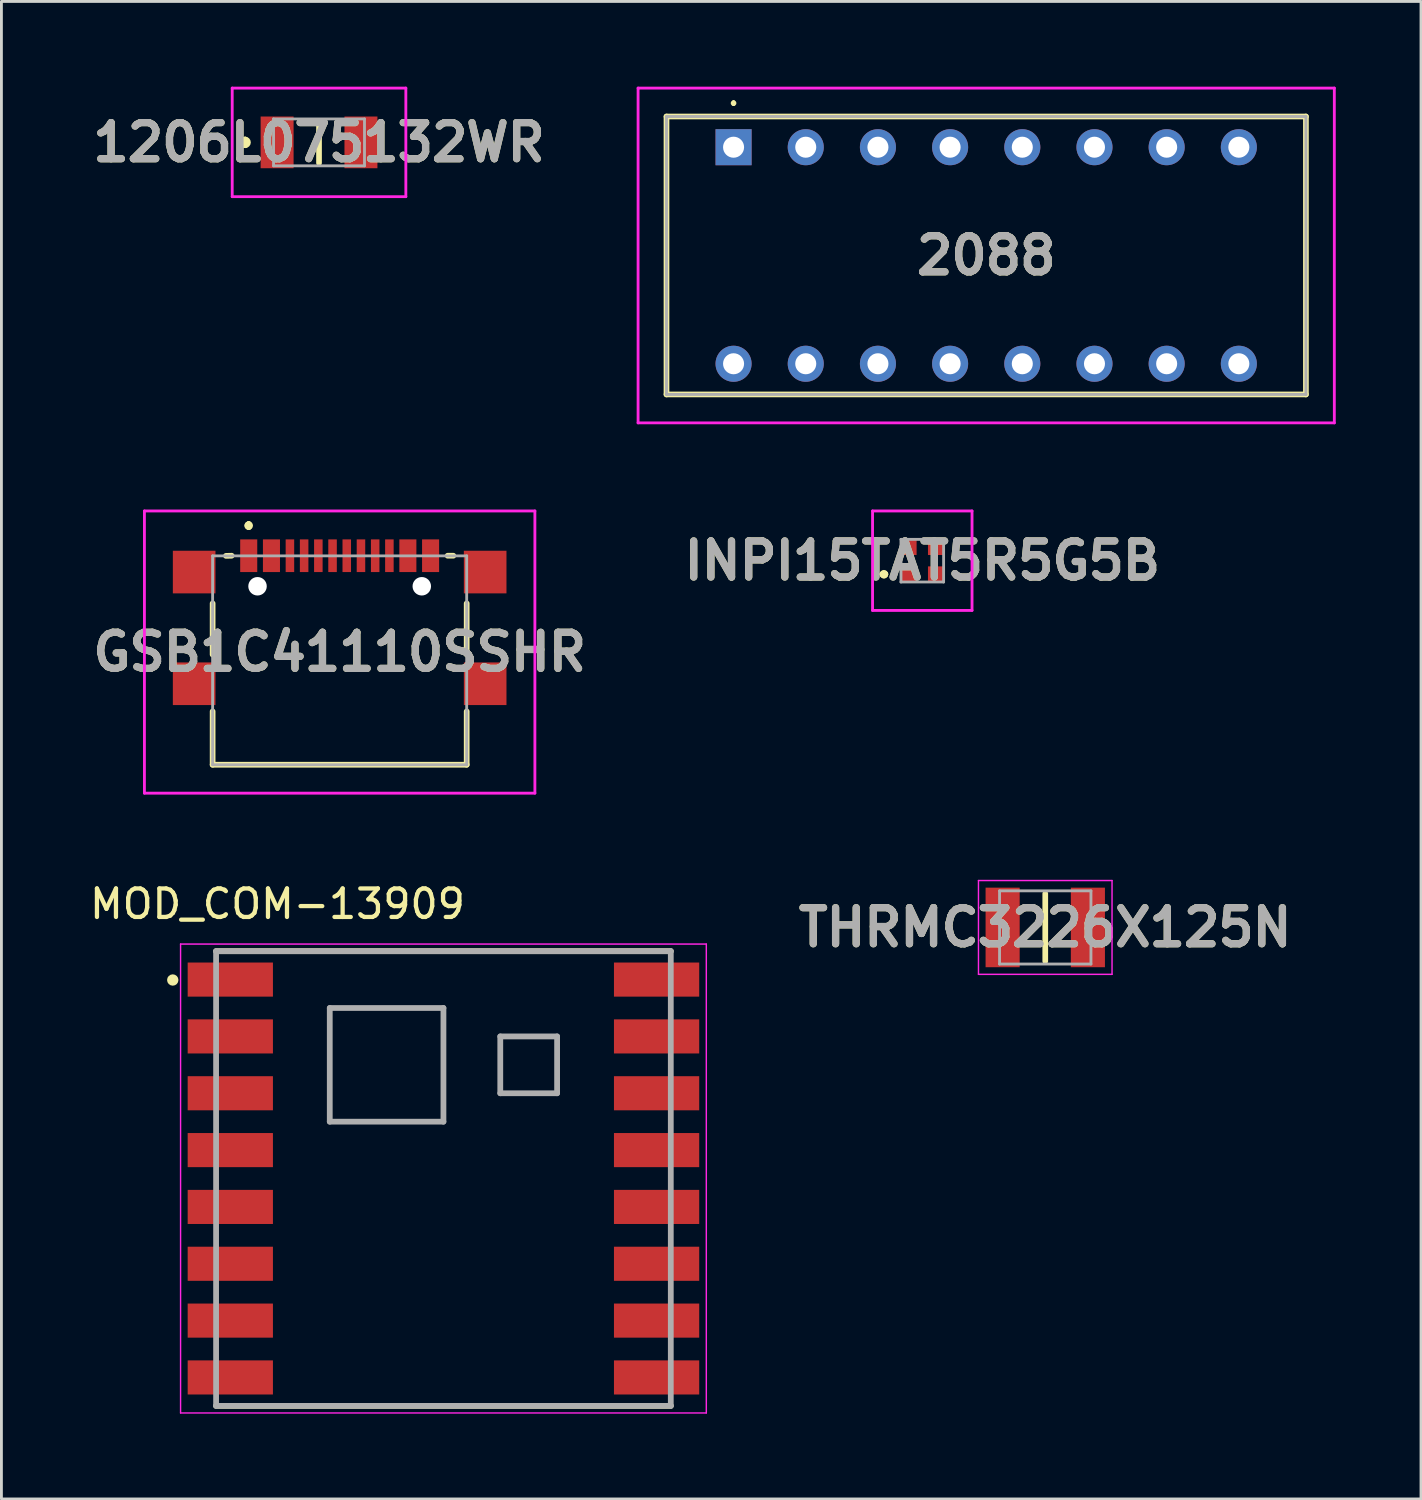
<source format=kicad_pcb>
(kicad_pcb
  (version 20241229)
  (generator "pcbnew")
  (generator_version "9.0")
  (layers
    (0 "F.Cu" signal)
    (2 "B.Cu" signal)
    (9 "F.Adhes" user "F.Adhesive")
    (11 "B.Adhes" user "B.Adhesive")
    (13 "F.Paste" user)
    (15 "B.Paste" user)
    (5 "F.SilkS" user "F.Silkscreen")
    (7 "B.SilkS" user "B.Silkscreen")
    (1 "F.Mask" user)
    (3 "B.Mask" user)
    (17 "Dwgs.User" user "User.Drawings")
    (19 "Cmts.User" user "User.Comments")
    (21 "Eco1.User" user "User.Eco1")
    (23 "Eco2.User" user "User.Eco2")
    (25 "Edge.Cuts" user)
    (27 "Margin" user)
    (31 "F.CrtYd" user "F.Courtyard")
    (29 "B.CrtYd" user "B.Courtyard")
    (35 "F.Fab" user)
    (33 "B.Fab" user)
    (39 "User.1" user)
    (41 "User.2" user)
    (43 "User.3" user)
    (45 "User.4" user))
  (footprint "THRMC3226X125N"
    (layer "F.Cu")
    (at 33.731 29.585)
    (property "Reference" "THRMC3226X125N" (at 0 0 0) (layer "F.SilkS") (effects (font (size 1.27 1.27) (thickness 0.254))))
    (attr smd)
    (fp_line (start 0 -1.188) (end 0 1.188) (stroke (width 0.2) (type solid)) (layer "F.SilkS"))
    (fp_line (start -2.35 -1.65) (end 2.35 -1.65) (stroke (width 0.05) (type solid)) (layer "F.CrtYd"))
    (fp_line (start -2.35 1.65) (end -2.35 -1.65) (stroke (width 0.05) (type solid)) (layer "F.CrtYd"))
    (fp_line (start 2.35 -1.65) (end 2.35 1.65) (stroke (width 0.05) (type solid)) (layer "F.CrtYd"))
    (fp_line (start 2.35 1.65) (end -2.35 1.65) (stroke (width 0.05) (type solid)) (layer "F.CrtYd"))
    (fp_line (start -1.608 -1.288) (end 1.608 -1.288) (stroke (width 0.1) (type solid)) (layer "F.Fab"))
    (fp_line (start -1.608 1.288) (end -1.608 -1.288) (stroke (width 0.1) (type solid)) (layer "F.Fab"))
    (fp_line (start 1.608 -1.288) (end 1.608 1.288) (stroke (width 0.1) (type solid)) (layer "F.Fab"))
    (fp_line (start 1.608 1.288) (end -1.608 1.288) (stroke (width 0.1) (type solid)) (layer "F.Fab"))
    (fp_text user "${REFERENCE}" (at 0 0 0) (layer "F.Fab") (effects (font (size 1.27 1.27) (thickness 0.254))))
    (pad "1" smd rect (at -1.5 0) (size 1.2 2.8) (layers "F.Cu" "F.Mask" "F.Paste"))
    (pad "2" smd rect (at 1.5 0) (size 1.2 2.8) (layers "F.Cu" "F.Mask" "F.Paste")))
  (footprint "MOD_COM-13909"
    (layer "F.Cu")
    (at 12.554 38.42)
    (property "Reference" "MOD_COM-13909" (at -5.84 -9.66 0) (layer "F.SilkS") (effects (font (size 1.003 1.003) (thickness 0.15))))
    (attr smd)
    (fp_line (start -8 -8) (end 8 -8) (stroke (width 0.203) (type solid)) (layer "F.SilkS"))
    (fp_line (start 8 8) (end -8 8) (stroke (width 0.203) (type solid)) (layer "F.SilkS"))
    (fp_circle (center -9.525 -6.985) (end -9.425 -6.985) (stroke (width 0.2) (type solid)) (fill no) (layer "F.SilkS"))
    (fp_line (start -9.25 -8.25) (end -9.25 8.25) (stroke (width 0.05) (type solid)) (layer "F.CrtYd"))
    (fp_line (start -9.25 8.25) (end 9.25 8.25) (stroke (width 0.05) (type solid)) (layer "F.CrtYd"))
    (fp_line (start 9.25 -8.25) (end -9.25 -8.25) (stroke (width 0.05) (type solid)) (layer "F.CrtYd"))
    (fp_line (start 9.25 8.25) (end 9.25 -8.25) (stroke (width 0.05) (type solid)) (layer "F.CrtYd"))
    (fp_line (start -8 -8) (end 8 -8) (stroke (width 0.203) (type solid)) (layer "F.Fab"))
    (fp_line (start -8 8) (end -8 -8) (stroke (width 0.203) (type solid)) (layer "F.Fab"))
    (fp_line (start -4 -6) (end -4 -2) (stroke (width 0.203) (type solid)) (layer "F.Fab"))
    (fp_line (start -4 -2) (end 0 -2) (stroke (width 0.203) (type solid)) (layer "F.Fab"))
    (fp_line (start 0 -6) (end -4 -6) (stroke (width 0.203) (type solid)) (layer "F.Fab"))
    (fp_line (start 0 -2) (end 0 -6) (stroke (width 0.203) (type solid)) (layer "F.Fab"))
    (fp_line (start 2 -3) (end 2 -5) (stroke (width 0.203) (type solid)) (layer "F.Fab"))
    (fp_line (start 4 -5) (end 2 -5) (stroke (width 0.203) (type solid)) (layer "F.Fab"))
    (fp_line (start 4 -3) (end 2 -3) (stroke (width 0.203) (type solid)) (layer "F.Fab"))
    (fp_line (start 4 -3) (end 4 -5) (stroke (width 0.203) (type solid)) (layer "F.Fab"))
    (fp_line (start 8 -8) (end 8 8) (stroke (width 0.203) (type solid)) (layer "F.Fab"))
    (fp_line (start 8 8) (end -8 8) (stroke (width 0.203) (type solid)) (layer "F.Fab"))
    (pad "1" smd rect (at -7.5 -7) (size 3 1.2) (layers "F.Cu" "F.Mask" "F.Paste"))
    (pad "2" smd rect (at -7.5 -5) (size 3 1.2) (layers "F.Cu" "F.Mask" "F.Paste"))
    (pad "3" smd rect (at -7.5 -3) (size 3 1.2) (layers "F.Cu" "F.Mask" "F.Paste"))
    (pad "4" smd rect (at -7.5 -1) (size 3 1.2) (layers "F.Cu" "F.Mask" "F.Paste"))
    (pad "5" smd rect (at -7.5 1) (size 3 1.2) (layers "F.Cu" "F.Mask" "F.Paste"))
    (pad "6" smd rect (at -7.5 3) (size 3 1.2) (layers "F.Cu" "F.Mask" "F.Paste"))
    (pad "7" smd rect (at -7.5 5) (size 3 1.2) (layers "F.Cu" "F.Mask" "F.Paste"))
    (pad "8" smd rect (at -7.5 7) (size 3 1.2) (layers "F.Cu" "F.Mask" "F.Paste"))
    (pad "9" smd rect (at 7.5 7) (size 3 1.2) (layers "F.Cu" "F.Mask" "F.Paste"))
    (pad "10" smd rect (at 7.5 5) (size 3 1.2) (layers "F.Cu" "F.Mask" "F.Paste"))
    (pad "11" smd rect (at 7.5 3) (size 3 1.2) (layers "F.Cu" "F.Mask" "F.Paste"))
    (pad "12" smd rect (at 7.5 1) (size 3 1.2) (layers "F.Cu" "F.Mask" "F.Paste"))
    (pad "13" smd rect (at 7.5 -1) (size 3 1.2) (layers "F.Cu" "F.Mask" "F.Paste"))
    (pad "14" smd rect (at 7.5 -3) (size 3 1.2) (layers "F.Cu" "F.Mask" "F.Paste"))
    (pad "15" smd rect (at 7.5 -5) (size 3 1.2) (layers "F.Cu" "F.Mask" "F.Paste"))
    (pad "16" smd rect (at 7.5 -7) (size 3 1.2) (layers "F.Cu" "F.Mask" "F.Paste")))
  (footprint "INPI15TAT5R5G5B"
    (layer "F.Cu")
    (at 29.404 16.68)
    (property "Reference" "INPI15TAT5R5G5B" (at 0 0 0) (layer "F.SilkS") (effects (font (size 1.27 1.27) (thickness 0.254))))
    (attr smd)
    (fp_line (start -1.4 0.475) (end -1.4 0.475) (stroke (width 0.2) (type solid)) (layer "F.SilkS"))
    (fp_line (start -1.4 0.475) (end -1.4 0.475) (stroke (width 0.2) (type solid)) (layer "F.SilkS"))
    (fp_line (start -1.3 0.475) (end -1.3 0.475) (stroke (width 0.2) (type solid)) (layer "F.SilkS"))
    (fp_arc (start -1.4 0.475) (mid -1.35 0.425) (end -1.3 0.475) (stroke (width 0.2) (type solid)) (layer "F.SilkS"))
    (fp_arc (start -1.3 0.475) (mid -1.35 0.525) (end -1.4 0.475) (stroke (width 0.2) (type solid)) (layer "F.SilkS"))
    (fp_arc (start -1.3 0.475) (mid -1.35 0.525) (end -1.4 0.475) (stroke (width 0.2) (type solid)) (layer "F.SilkS"))
    (fp_line (start -1.75 -1.75) (end 1.75 -1.75) (stroke (width 0.1) (type solid)) (layer "F.CrtYd"))
    (fp_line (start -1.75 1.75) (end -1.75 -1.75) (stroke (width 0.1) (type solid)) (layer "F.CrtYd"))
    (fp_line (start 1.75 -1.75) (end 1.75 1.75) (stroke (width 0.1) (type solid)) (layer "F.CrtYd"))
    (fp_line (start 1.75 1.75) (end -1.75 1.75) (stroke (width 0.1) (type solid)) (layer "F.CrtYd"))
    (fp_line (start -0.75 -0.75) (end -0.75 0.75) (stroke (width 0.1) (type solid)) (layer "F.Fab"))
    (fp_line (start -0.75 0.75) (end 0.75 0.75) (stroke (width 0.1) (type solid)) (layer "F.Fab"))
    (fp_line (start 0.75 -0.75) (end -0.75 -0.75) (stroke (width 0.1) (type solid)) (layer "F.Fab"))
    (fp_line (start 0.75 0.75) (end 0.75 -0.75) (stroke (width 0.1) (type solid)) (layer "F.Fab"))
    (fp_text user "${REFERENCE}" (at 0 0 0) (layer "F.Fab") (effects (font (size 1.27 1.27) (thickness 0.254))))
    (pad "1" smd rect (at -0.475 0.475 90) (size 0.55 0.55) (layers "F.Cu" "F.Mask" "F.Paste"))
    (pad "2" smd rect (at 0.475 0.475 90) (size 0.55 0.55) (layers "F.Cu" "F.Mask" "F.Paste"))
    (pad "3" smd rect (at 0.475 -0.475 90) (size 0.55 0.55) (layers "F.Cu" "F.Mask" "F.Paste"))
    (pad "4" smd rect (at -0.475 -0.475 90) (size 0.55 0.55) (layers "F.Cu" "F.Mask" "F.Paste")))
  (footprint "1206L075132WR"
    (layer "F.Cu")
    (at 8.176 1.96)
    (property "Reference" "1206L075132WR" (at 0 0 0) (layer "F.SilkS") (effects (font (size 1.27 1.27) (thickness 0.254))))
    (attr smd)
    (fp_line (start -2.6 -0.1) (end -2.6 -0.1) (stroke (width 0.2) (type solid)) (layer "F.SilkS"))
    (fp_line (start -2.6 0.1) (end -2.6 0.1) (stroke (width 0.2) (type solid)) (layer "F.SilkS"))
    (fp_line (start 0 -0.725) (end 0 0.725) (stroke (width 0.2) (type solid)) (layer "F.SilkS"))
    (fp_arc (start -2.6 -0.1) (mid -2.5 0) (end -2.6 0.1) (stroke (width 0.2) (type solid)) (layer "F.SilkS"))
    (fp_arc (start -2.6 0.1) (mid -2.7 0) (end -2.6 -0.1) (stroke (width 0.2) (type solid)) (layer "F.SilkS"))
    (fp_line (start -3.055 -1.91) (end 3.055 -1.91) (stroke (width 0.1) (type solid)) (layer "F.CrtYd"))
    (fp_line (start -3.055 1.91) (end -3.055 -1.91) (stroke (width 0.1) (type solid)) (layer "F.CrtYd"))
    (fp_line (start 3.055 -1.91) (end 3.055 1.91) (stroke (width 0.1) (type solid)) (layer "F.CrtYd"))
    (fp_line (start 3.055 1.91) (end -3.055 1.91) (stroke (width 0.1) (type solid)) (layer "F.CrtYd"))
    (fp_line (start -1.6 -0.825) (end 1.6 -0.825) (stroke (width 0.1) (type solid)) (layer "F.Fab"))
    (fp_line (start -1.6 0.825) (end -1.6 -0.825) (stroke (width 0.1) (type solid)) (layer "F.Fab"))
    (fp_line (start 1.6 -0.825) (end 1.6 0.825) (stroke (width 0.1) (type solid)) (layer "F.Fab"))
    (fp_line (start 1.6 0.825) (end -1.6 0.825) (stroke (width 0.1) (type solid)) (layer "F.Fab"))
    (fp_text user "${REFERENCE}" (at 0 0 0) (layer "F.Fab") (effects (font (size 1.27 1.27) (thickness 0.254))))
    (pad "1" smd rect (at -1.475 0) (size 1.16 1.82) (layers "F.Cu" "F.Mask" "F.Paste"))
    (pad "2" smd rect (at 1.475 0) (size 1.16 1.82) (layers "F.Cu" "F.Mask" "F.Paste")))
  (footprint "GSB1C41110SSHR"
    (layer "F.Cu")
    (at 8.902 19.895)
    (property "Reference" "GSB1C41110SSHR" (at 0 0 0) (layer "F.SilkS") (effects (font (size 1.27 1.27) (thickness 0.254))))
    (attr through_hole)
    (fp_line (start -4.47 -1.712) (end -4.47 0.088) (stroke (width 0.2) (type solid)) (layer "F.SilkS"))
    (fp_line (start -4.47 2.088) (end -4.47 3.965) (stroke (width 0.2) (type solid)) (layer "F.SilkS"))
    (fp_line (start -4.47 3.965) (end 4.47 3.965) (stroke (width 0.2) (type solid)) (layer "F.SilkS"))
    (fp_line (start -4 -3.385) (end -3.8 -3.39) (stroke (width 0.2) (type solid)) (layer "F.SilkS"))
    (fp_line (start -3.2 -4.5) (end -3.2 -4.5) (stroke (width 0.2) (type solid)) (layer "F.SilkS"))
    (fp_line (start -3.2 -4.5) (end -3.2 -4.5) (stroke (width 0.2) (type solid)) (layer "F.SilkS"))
    (fp_line (start -3.2 -4.4) (end -3.2 -4.4) (stroke (width 0.2) (type solid)) (layer "F.SilkS"))
    (fp_line (start 3.8 -3.39) (end 4 -3.39) (stroke (width 0.2) (type solid)) (layer "F.SilkS"))
    (fp_line (start 4.47 0.088) (end 4.47 -1.712) (stroke (width 0.2) (type solid)) (layer "F.SilkS"))
    (fp_line (start 4.47 3.965) (end 4.47 2.088) (stroke (width 0.2) (type solid)) (layer "F.SilkS"))
    (fp_arc (start -3.2 -4.5) (mid -3.15 -4.45) (end -3.2 -4.4) (stroke (width 0.2) (type solid)) (layer "F.SilkS"))
    (fp_arc (start -3.2 -4.4) (mid -3.25 -4.45) (end -3.2 -4.5) (stroke (width 0.2) (type solid)) (layer "F.SilkS"))
    (fp_arc (start -3.2 -4.4) (mid -3.25 -4.45) (end -3.2 -4.5) (stroke (width 0.2) (type solid)) (layer "F.SilkS"))
    (fp_line (start -6.87 -4.965) (end 6.87 -4.965) (stroke (width 0.1) (type solid)) (layer "F.CrtYd"))
    (fp_line (start -6.87 4.965) (end -6.87 -4.965) (stroke (width 0.1) (type solid)) (layer "F.CrtYd"))
    (fp_line (start 6.87 -4.965) (end 6.87 4.965) (stroke (width 0.1) (type solid)) (layer "F.CrtYd"))
    (fp_line (start 6.87 4.965) (end -6.87 4.965) (stroke (width 0.1) (type solid)) (layer "F.CrtYd"))
    (fp_line (start -4.47 -3.385) (end -4.47 3.965) (stroke (width 0.1) (type solid)) (layer "F.Fab"))
    (fp_line (start -4.47 3.965) (end 4.47 3.965) (stroke (width 0.1) (type solid)) (layer "F.Fab"))
    (fp_line (start 4.47 -3.385) (end -4.47 -3.385) (stroke (width 0.1) (type solid)) (layer "F.Fab"))
    (fp_line (start 4.47 3.965) (end 4.47 -3.385) (stroke (width 0.1) (type solid)) (layer "F.Fab"))
    (fp_text user "${REFERENCE}" (at 0 0 0) (layer "F.Fab") (effects (font (size 1.27 1.27) (thickness 0.254))))
    (pad "" np_thru_hole circle (at -2.89 -2.315) (size 0.65 0.65) (drill 0.65) (layers "*.Cu" "*.Mask"))
    (pad "" np_thru_hole circle (at 2.89 -2.315) (size 0.65 0.65) (drill 0.65) (layers "*.Cu" "*.Mask"))
    (pad "A1" smd rect (at -3.2 -3.39) (size 0.6 1.15) (layers "F.Cu" "F.Mask" "F.Paste"))
    (pad "A4" smd rect (at -2.4 -3.39) (size 0.6 1.15) (layers "F.Cu" "F.Mask" "F.Paste"))
    (pad "A5" smd rect (at -1.25 -3.39) (size 0.3 1.15) (layers "F.Cu" "F.Mask" "F.Paste"))
    (pad "A6" smd rect (at -0.25 -3.39) (size 0.3 1.15) (layers "F.Cu" "F.Mask" "F.Paste"))
    (pad "A7" smd rect (at 0.25 -3.39) (size 0.3 1.15) (layers "F.Cu" "F.Mask" "F.Paste"))
    (pad "A8" smd rect (at 1.25 -3.39) (size 0.3 1.15) (layers "F.Cu" "F.Mask" "F.Paste"))
    (pad "A9" smd rect (at 2.4 -3.39) (size 0.6 1.15) (layers "F.Cu" "F.Mask" "F.Paste"))
    (pad "A12" smd rect (at 3.2 -3.39) (size 0.6 1.15) (layers "F.Cu" "F.Mask" "F.Paste"))
    (pad "B5" smd rect (at 1.75 -3.39) (size 0.3 1.15) (layers "F.Cu" "F.Mask" "F.Paste"))
    (pad "B6" smd rect (at 0.75 -3.39) (size 0.3 1.15) (layers "F.Cu" "F.Mask" "F.Paste"))
    (pad "B7" smd rect (at -0.75 -3.39) (size 0.3 1.15) (layers "F.Cu" "F.Mask" "F.Paste"))
    (pad "B8" smd rect (at -1.75 -3.39) (size 0.3 1.15) (layers "F.Cu" "F.Mask" "F.Paste"))
    (pad "MP1" smd rect (at -5.12 -2.815 90) (size 1.5 1.5) (layers "F.Cu" "F.Mask" "F.Paste"))
    (pad "MP2" smd rect (at 5.12 -2.815 90) (size 1.5 1.5) (layers "F.Cu" "F.Mask" "F.Paste"))
    (pad "MP3" smd rect (at -5.12 1.115 90) (size 1.5 1.5) (layers "F.Cu" "F.Mask" "F.Paste"))
    (pad "MP4" smd rect (at 5.12 1.115 90) (size 1.5 1.5) (layers "F.Cu" "F.Mask" "F.Paste")))
  (footprint "2088"
    (layer "F.Cu")
    (at 22.763 2.13)
    (property "Reference" "2088" (at 8.89 3.81 0) (layer "F.SilkS") (effects (font (size 1.27 1.27) (thickness 0.254))))
    (attr through_hole)
    (fp_line (start -2.36 -1.08) (end -2.36 8.7) (stroke (width 0.2) (type solid)) (layer "F.SilkS"))
    (fp_line (start -2.36 8.7) (end 20.14 8.7) (stroke (width 0.2) (type solid)) (layer "F.SilkS"))
    (fp_line (start 0 -1.6) (end 0 -1.6) (stroke (width 0.1) (type solid)) (layer "F.SilkS"))
    (fp_line (start 0 -1.5) (end 0 -1.5) (stroke (width 0.1) (type solid)) (layer "F.SilkS"))
    (fp_line (start 20.14 -1.08) (end -2.36 -1.08) (stroke (width 0.2) (type solid)) (layer "F.SilkS"))
    (fp_line (start 20.14 8.7) (end 20.14 -1.08) (stroke (width 0.2) (type solid)) (layer "F.SilkS"))
    (fp_arc (start 0 -1.6) (mid 0.05 -1.55) (end 0 -1.5) (stroke (width 0.1) (type solid)) (layer "F.SilkS"))
    (fp_arc (start 0 -1.5) (mid -0.05 -1.55) (end 0 -1.6) (stroke (width 0.1) (type solid)) (layer "F.SilkS"))
    (fp_line (start -3.36 -2.08) (end -3.36 9.7) (stroke (width 0.1) (type solid)) (layer "F.CrtYd"))
    (fp_line (start -3.36 9.7) (end 21.14 9.7) (stroke (width 0.1) (type solid)) (layer "F.CrtYd"))
    (fp_line (start 21.14 -2.08) (end -3.36 -2.08) (stroke (width 0.1) (type solid)) (layer "F.CrtYd"))
    (fp_line (start 21.14 9.7) (end 21.14 -2.08) (stroke (width 0.1) (type solid)) (layer "F.CrtYd"))
    (fp_line (start -2.36 -1.08) (end -2.36 8.7) (stroke (width 0.1) (type solid)) (layer "F.Fab"))
    (fp_line (start -2.36 8.7) (end 20.14 8.7) (stroke (width 0.1) (type solid)) (layer "F.Fab"))
    (fp_line (start 20.14 -1.08) (end -2.36 -1.08) (stroke (width 0.1) (type solid)) (layer "F.Fab"))
    (fp_line (start 20.14 8.7) (end 20.14 -1.08) (stroke (width 0.1) (type solid)) (layer "F.Fab"))
    (fp_text user "${REFERENCE}" (at 8.89 3.81 0) (layer "F.Fab") (effects (font (size 1.27 1.27) (thickness 0.254))))
    (pad "A1" thru_hole rect (at 0 0) (size 1.269 1.269) (drill 0.74) (layers "*.Cu" "*.Mask"))
    (pad "A2" thru_hole circle (at 2.54 0) (size 1.269 1.269) (drill 0.74) (layers "*.Cu" "*.Mask"))
    (pad "A3" thru_hole circle (at 5.08 0) (size 1.269 1.269) (drill 0.74) (layers "*.Cu" "*.Mask"))
    (pad "A4" thru_hole circle (at 7.62 0) (size 1.269 1.269) (drill 0.74) (layers "*.Cu" "*.Mask"))
    (pad "A5" thru_hole circle (at 10.16 0) (size 1.269 1.269) (drill 0.74) (layers "*.Cu" "*.Mask"))
    (pad "A6" thru_hole circle (at 12.7 0) (size 1.269 1.269) (drill 0.74) (layers "*.Cu" "*.Mask"))
    (pad "A7" thru_hole circle (at 15.24 0) (size 1.269 1.269) (drill 0.74) (layers "*.Cu" "*.Mask"))
    (pad "A8" thru_hole circle (at 17.78 0) (size 1.269 1.269) (drill 0.74) (layers "*.Cu" "*.Mask"))
    (pad "B1" thru_hole circle (at 0 7.62) (size 1.269 1.269) (drill 0.74) (layers "*.Cu" "*.Mask"))
    (pad "B2" thru_hole circle (at 2.54 7.62) (size 1.269 1.269) (drill 0.74) (layers "*.Cu" "*.Mask"))
    (pad "B3" thru_hole circle (at 5.08 7.62) (size 1.269 1.269) (drill 0.74) (layers "*.Cu" "*.Mask"))
    (pad "B4" thru_hole circle (at 7.62 7.62) (size 1.269 1.269) (drill 0.74) (layers "*.Cu" "*.Mask"))
    (pad "B5" thru_hole circle (at 10.16 7.62) (size 1.269 1.269) (drill 0.74) (layers "*.Cu" "*.Mask"))
    (pad "B6" thru_hole circle (at 12.7 7.62) (size 1.269 1.269) (drill 0.74) (layers "*.Cu" "*.Mask"))
    (pad "B7" thru_hole circle (at 15.24 7.62) (size 1.269 1.269) (drill 0.74) (layers "*.Cu" "*.Mask"))
    (pad "B8" thru_hole circle (at 17.78 7.62) (size 1.269 1.269) (drill 0.74) (layers "*.Cu" "*.Mask")))
  (gr_rect
    (start -3 -3)
    (end 46.953 49.695)
    (stroke (width 0.1) (type default))
    (fill no)
    (layer "Edge.Cuts")))
</source>
